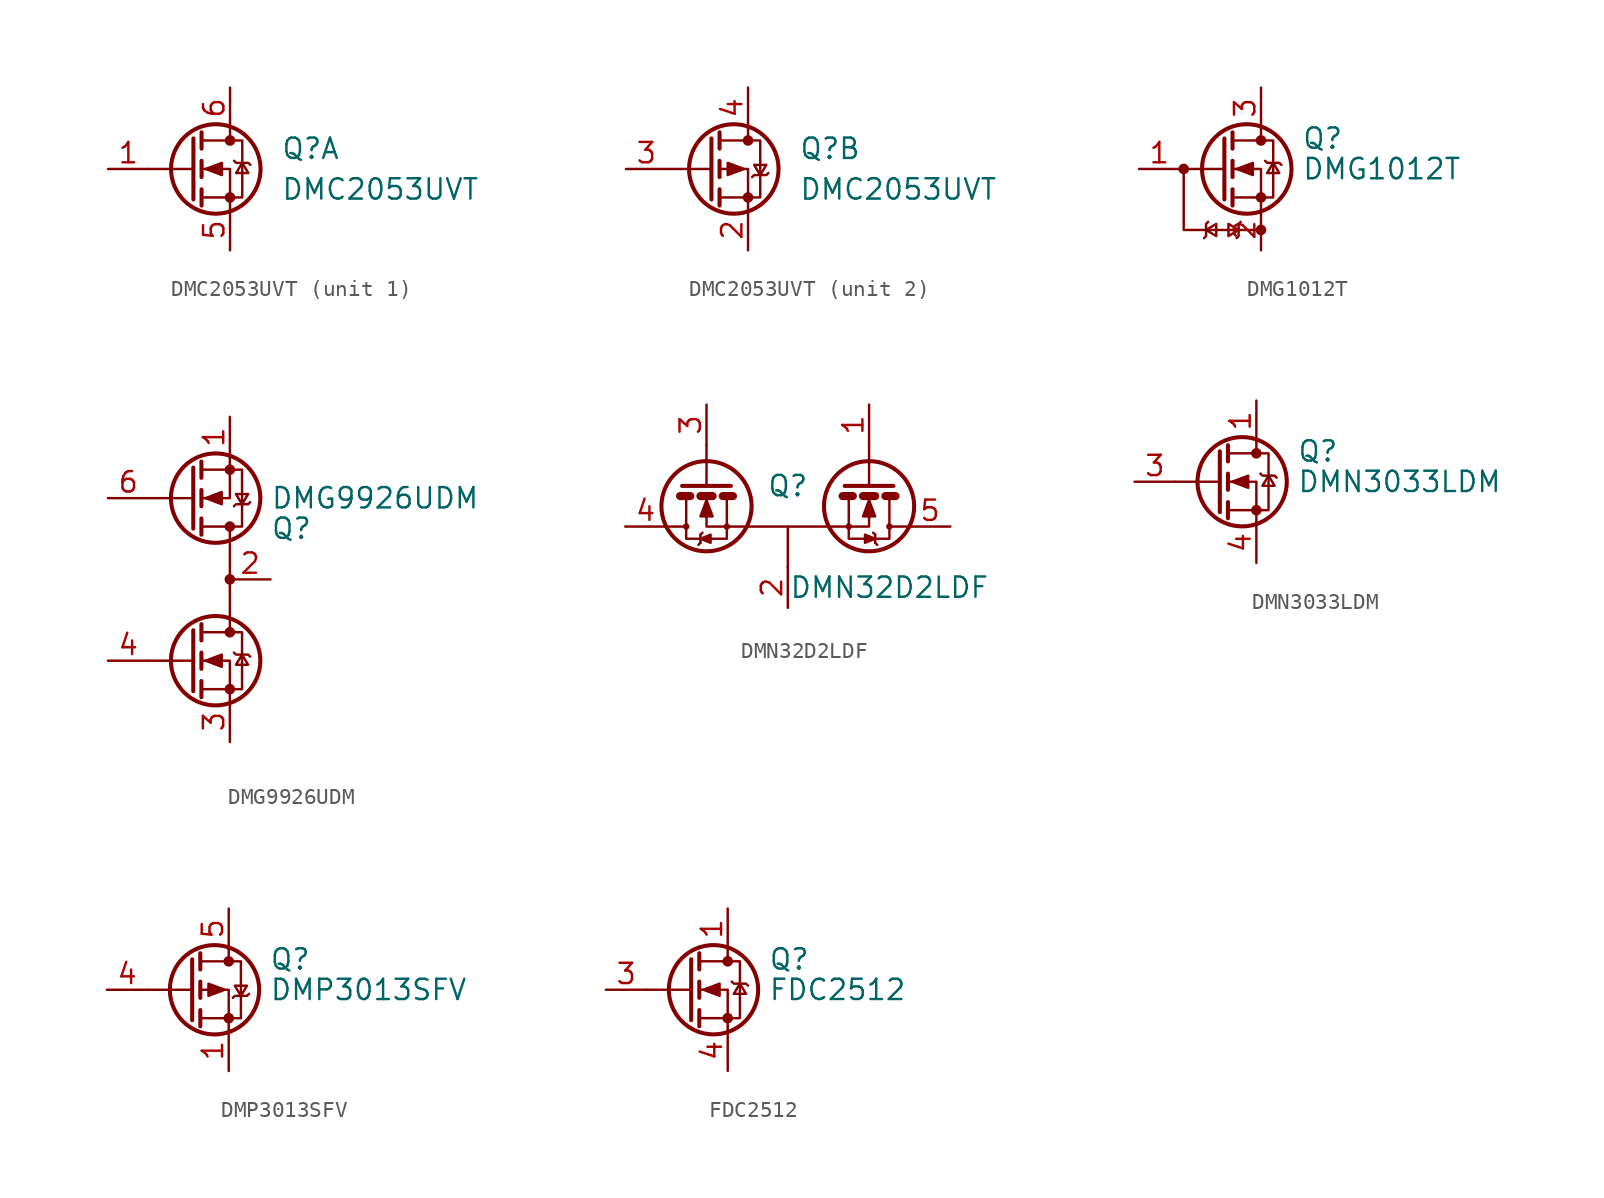
<source format=kicad_sym>
(kicad_symbol_lib
  (version 20210619)
  (generator kicad_symbol_editor)
  (symbol "Transistor_FET:DMC2053UVT"
    (pin_names hide)
    (property "Reference" "Q"
      (at 3.175 1.27 0)
      (effects (font (size 1.27 1.27)) (justify left)))
    (property "Value" "DMC2053UVT"
      (at 3.175 -1.27 0)
      (effects (font (size 1.27 1.27)) (justify left)))
    (symbol "DMC2053UVT_0_1"
      (circle (center -0.889 0) (radius 2.794) (stroke (width 0.254)) (fill (type none)))
      (circle (center 0 -1.778) (radius 0.254) (stroke (width 0)) (fill (type outline)))
      (circle (center 0 1.778) (radius 0.254) (stroke (width 0)) (fill (type outline)))
      (polyline (pts (xy -2.286 0) (xy -5.08 0)) (stroke (width 0)) (fill (type none)))
      (polyline (pts (xy -2.286 1.905) (xy -2.286 -1.905)) (stroke (width 0.254)) (fill (type none)))
      (polyline (pts (xy -1.778 -1.27) (xy -1.778 -2.286)) (stroke (width 0.254)) (fill (type none)))
      (polyline (pts (xy -1.778 0.508) (xy -1.778 -0.508)) (stroke (width 0.254)) (fill (type none)))
      (polyline (pts (xy -1.778 2.286) (xy -1.778 1.27)) (stroke (width 0.254)) (fill (type none)))
      (polyline (pts (xy 0 2.54) (xy 0 1.778)) (stroke (width 0)) (fill (type none)))
      (polyline (pts (xy 0 -2.54) (xy 0 0) (xy -1.778 0)) (stroke (width 0)) (fill (type none)))
      (polyline (pts (xy -1.778 -1.778) (xy 0.762 -1.778) (xy 0.762 1.778) (xy -1.778 1.778)) (stroke (width 0)) (fill (type none))))
    (symbol "DMC2053UVT_1_1"
      (polyline (pts (xy 0.254 0.508) (xy 0.381 0.381) (xy 1.143 0.381) (xy 1.27 0.254)) (stroke (width 0)) (fill (type none)))
      (polyline (pts (xy 0.762 0.381) (xy 0.381 -0.254) (xy 1.143 -0.254) (xy 0.762 0.381)) (stroke (width 0)) (fill (type none)))
      (polyline (pts (xy -1.524 0) (xy -0.508 0.381) (xy -0.508 -0.381) (xy -1.524 0)) (stroke (width 0)) (fill (type outline)))
      (pin passive line (at -7.62 0 0) (length 2.54) (name "G" (effects (font (size 1.27 1.27)))) (number "1" (effects (font (size 1.27 1.27)))))
      (pin passive line (at 0 -5.08 90) (length 2.54) (name "S" (effects (font (size 1.27 1.27)))) (number "5" (effects (font (size 1.27 1.27)))))
      (pin passive line (at 0 5.08 270) (length 2.54) (name "D" (effects (font (size 1.27 1.27)))) (number "6" (effects (font (size 1.27 1.27))))))
    (symbol "DMC2053UVT_2_1"
      (polyline (pts (xy 0.254 -0.508) (xy 0.381 -0.381) (xy 1.143 -0.381) (xy 1.27 -0.254)) (stroke (width 0)) (fill (type none)))
      (polyline (pts (xy 0.762 -0.381) (xy 0.381 0.254) (xy 1.143 0.254) (xy 0.762 -0.381)) (stroke (width 0)) (fill (type none)))
      (polyline (pts (xy -0.254 0) (xy -1.27 0.381) (xy -1.27 -0.381) (xy -0.254 0)) (stroke (width 0)) (fill (type outline)))
      (pin passive line (at 0 -5.08 90) (length 2.54) (name "S" (effects (font (size 1.27 1.27)))) (number "2" (effects (font (size 1.27 1.27)))))
      (pin passive line (at -7.62 0 0) (length 2.54) (name "G" (effects (font (size 1.27 1.27)))) (number "3" (effects (font (size 1.27 1.27)))))
      (pin passive line (at 0 5.08 270) (length 2.54) (name "D" (effects (font (size 1.27 1.27)))) (number "4" (effects (font (size 1.27 1.27)))))))
  (symbol "Transistor_FET:DMG1012T"
    (pin_names
      (offset 0) hide)
    (property "Reference" "Q"
      (at 5.08 1.905 0)
      (effects (font (size 1.27 1.27)) (justify left)))
    (property "Value" "DMG1012T"
      (at 5.08 0 0)
      (effects (font (size 1.27 1.27)) (justify left)))
    (symbol "DMG1012T_0_1"
      (polyline (pts (xy 2.54 -3.81) (xy -2.286 -3.81) (xy -2.286 0)) (stroke (width 0)) (fill (type none))))
    (symbol "DMG1012T_1_1"
      (circle (center 1.651 0) (radius 2.794) (stroke (width 0.254)) (fill (type none)))
      (circle (center -2.286 0) (radius 0.254) (stroke (width 0)) (fill (type outline)))
      (circle (center 2.54 -3.81) (radius 0.254) (stroke (width 0)) (fill (type outline)))
      (circle (center 2.54 -1.778) (radius 0.254) (stroke (width 0)) (fill (type outline)))
      (circle (center 2.54 1.778) (radius 0.254) (stroke (width 0)) (fill (type outline)))
      (polyline (pts (xy 0.254 0) (xy -2.54 0)) (stroke (width 0)) (fill (type none)))
      (polyline (pts (xy 0.254 1.905) (xy 0.254 -1.905)) (stroke (width 0.254)) (fill (type none)))
      (polyline (pts (xy 0.762 -1.27) (xy 0.762 -2.286)) (stroke (width 0.254)) (fill (type none)))
      (polyline (pts (xy 0.762 0.508) (xy 0.762 -0.508)) (stroke (width 0.254)) (fill (type none)))
      (polyline (pts (xy 0.762 2.286) (xy 0.762 1.27)) (stroke (width 0.254)) (fill (type none)))
      (polyline (pts (xy 2.54 2.54) (xy 2.54 1.778)) (stroke (width 0)) (fill (type none)))
      (polyline (pts (xy 2.54 -2.54) (xy 2.54 0) (xy 0.762 0)) (stroke (width 0)) (fill (type none)))
      (polyline (pts (xy -1.016 -4.318) (xy -0.889 -4.191) (xy -0.889 -3.429) (xy -0.762 -3.302)) (stroke (width 0)) (fill (type none)))
      (polyline (pts (xy -0.889 -3.81) (xy -0.254 -4.191) (xy -0.254 -3.429) (xy -0.889 -3.81)) (stroke (width 0)) (fill (type none)))
      (polyline (pts (xy 0.762 -1.778) (xy 3.302 -1.778) (xy 3.302 1.778) (xy 0.762 1.778)) (stroke (width 0)) (fill (type none)))
      (polyline (pts (xy 1.143 -3.81) (xy 0.508 -3.429) (xy 0.508 -4.191) (xy 1.143 -3.81)) (stroke (width 0)) (fill (type none)))
      (polyline (pts (xy 1.27 -3.302) (xy 1.143 -3.429) (xy 1.143 -4.191) (xy 1.016 -4.318)) (stroke (width 0)) (fill (type none)))
      (polyline (pts (xy 2.794 0.508) (xy 2.921 0.381) (xy 3.683 0.381) (xy 3.81 0.254)) (stroke (width 0)) (fill (type none)))
      (polyline (pts (xy 3.302 0.381) (xy 2.921 -0.254) (xy 3.683 -0.254) (xy 3.302 0.381)) (stroke (width 0)) (fill (type none)))
      (polyline (pts (xy 1.016 0) (xy 2.032 0.381) (xy 2.032 -0.381) (xy 1.016 0)) (stroke (width 0)) (fill (type outline)))
      (pin input line (at -5.08 0 0) (length 2.54) (name "G" (effects (font (size 1.27 1.27)))) (number "1" (effects (font (size 1.27 1.27)))))
      (pin passive line (at 2.54 -5.08 90) (length 2.54) (name "S" (effects (font (size 1.27 1.27)))) (number "2" (effects (font (size 1.27 1.27)))))
      (pin passive line (at 2.54 5.08 270) (length 2.54) (name "D" (effects (font (size 1.27 1.27)))) (number "3" (effects (font (size 1.27 1.27)))))))
  (symbol "Transistor_FET:DMG9926UDM"
    (pin_names hide)
    (property "Reference" "Q"
      (at 2.54 3.175 0)
      (effects (font (size 1.27 1.27)) (justify left)))
    (property "Value" "DMG9926UDM"
      (at 2.54 5.08 0)
      (effects (font (size 1.27 1.27)) (justify left)))
    (symbol "DMG9926UDM_0_1"
      (circle (center -0.889 5.08) (radius 2.794) (stroke (width 0.254)) (fill (type none)))
      (circle (center 0 3.302) (radius 0.254) (stroke (width 0)) (fill (type outline)))
      (circle (center 0 6.858) (radius 0.254) (stroke (width 0)) (fill (type outline)))
      (polyline (pts (xy -2.286 3.175) (xy -2.286 6.985)) (stroke (width 0.254)) (fill (type none)))
      (polyline (pts (xy -2.286 5.08) (xy -5.08 5.08)) (stroke (width 0)) (fill (type none)))
      (polyline (pts (xy -1.778 2.794) (xy -1.778 3.81)) (stroke (width 0.254)) (fill (type none)))
      (polyline (pts (xy -1.778 4.572) (xy -1.778 5.588)) (stroke (width 0.254)) (fill (type none)))
      (polyline (pts (xy -1.778 6.35) (xy -1.778 7.366)) (stroke (width 0.254)) (fill (type none)))
      (polyline (pts (xy 0 -3.302) (xy 0 3.302)) (stroke (width 0)) (fill (type none)))
      (polyline (pts (xy 0 7.62) (xy 0 5.08) (xy -1.778 5.08)) (stroke (width 0)) (fill (type none)))
      (polyline (pts (xy -1.778 6.858) (xy 0.762 6.858) (xy 0.762 3.302) (xy -1.778 3.302)) (stroke (width 0)) (fill (type none)))
      (polyline (pts (xy 0.254 4.572) (xy 0.381 4.699) (xy 1.143 4.699) (xy 1.27 4.826)) (stroke (width 0)) (fill (type none)))
      (polyline (pts (xy 0.762 4.699) (xy 0.381 5.334) (xy 1.143 5.334) (xy 0.762 4.699)) (stroke (width 0)) (fill (type none)))
      (polyline (pts (xy -1.524 5.08) (xy -0.508 4.699) (xy -0.508 5.461) (xy -1.524 5.08)) (stroke (width 0)) (fill (type outline))))
    (symbol "DMG9926UDM_1_1"
      (circle (center -0.889 -5.08) (radius 2.794) (stroke (width 0.254)) (fill (type none)))
      (circle (center 0 -6.858) (radius 0.254) (stroke (width 0)) (fill (type outline)))
      (circle (center 0 -3.302) (radius 0.254) (stroke (width 0)) (fill (type outline)))
      (circle (center 0 0) (radius 0.254) (stroke (width 0)) (fill (type outline)))
      (polyline (pts (xy -2.286 -5.08) (xy -5.08 -5.08)) (stroke (width 0)) (fill (type none)))
      (polyline (pts (xy -2.286 -3.175) (xy -2.286 -6.985)) (stroke (width 0.254)) (fill (type none)))
      (polyline (pts (xy -1.778 -6.35) (xy -1.778 -7.366)) (stroke (width 0.254)) (fill (type none)))
      (polyline (pts (xy -1.778 -4.572) (xy -1.778 -5.588)) (stroke (width 0.254)) (fill (type none)))
      (polyline (pts (xy -1.778 -2.794) (xy -1.778 -3.81)) (stroke (width 0.254)) (fill (type none)))
      (polyline (pts (xy 0 -7.62) (xy 0 -5.08) (xy -1.778 -5.08)) (stroke (width 0)) (fill (type none)))
      (polyline (pts (xy -1.778 -6.858) (xy 0.762 -6.858) (xy 0.762 -3.302) (xy -1.778 -3.302)) (stroke (width 0)) (fill (type none)))
      (polyline (pts (xy 0.254 -4.572) (xy 0.381 -4.699) (xy 1.143 -4.699) (xy 1.27 -4.826)) (stroke (width 0)) (fill (type none)))
      (polyline (pts (xy 0.762 -4.699) (xy 0.381 -5.334) (xy 1.143 -5.334) (xy 0.762 -4.699)) (stroke (width 0)) (fill (type none)))
      (polyline (pts (xy -1.524 -5.08) (xy -0.508 -4.699) (xy -0.508 -5.461) (xy -1.524 -5.08)) (stroke (width 0)) (fill (type outline)))
      (pin passive line (at 0 10.16 270) (length 2.54) (name "D1" (effects (font (size 1.27 1.27)))) (number "1" (effects (font (size 1.27 1.27)))))
      (pin passive line (at 2.54 0 180) (length 2.54) (name "S1/D2" (effects (font (size 1.27 1.27)))) (number "2" (effects (font (size 1.27 1.27)))))
      (pin passive line (at 0 -10.16 90) (length 2.54) (name "S2" (effects (font (size 1.27 1.27)))) (number "3" (effects (font (size 1.27 1.27)))))
      (pin input line (at -7.62 -5.08 0) (length 2.54) (name "G2" (effects (font (size 1.27 1.27)))) (number "4" (effects (font (size 1.27 1.27)))))
      (pin passive line (at 2.54 0 180) (length 2.54) hide (name "S1/D2" (effects (font (size 1.27 1.27)))) (number "5" (effects (font (size 1.27 1.27)))))
      (pin input line (at -7.62 5.08 0) (length 2.54) (name "G1" (effects (font (size 1.27 1.27)))) (number "6" (effects (font (size 1.27 1.27)))))))
  (symbol "Transistor_FET:DMN32D2LDF"
    (pin_names hide)
    (property "Reference" "Q"
      (at 0 2.54 0)
      (effects (font (size 1.27 1.27))))
    (property "Value" "DMN32D2LDF"
      (at 6.35 -3.81 0)
      (effects (font (size 1.27 1.27))))
    (symbol "DMN32D2LDF_0_1"
      (polyline (pts (xy -2.54 0) (xy 2.54 0)) (stroke (width 0)) (fill (type none)))
      (polyline (pts (xy 0 -2.54) (xy 0 0)) (stroke (width 0)) (fill (type none))))
    (symbol "DMN32D2LDF_1_1"
      (circle (center -6.35 0) (radius 0.127) (stroke (width 0)) (fill (type none)))
      (circle (center -5.08 1.27) (radius 2.819) (stroke (width 0.254)) (fill (type none)))
      (circle (center -3.81 0) (radius 0.127) (stroke (width 0)) (fill (type none)))
      (circle (center 3.81 0) (radius 0.127) (stroke (width 0)) (fill (type none)))
      (circle (center 5.08 1.27) (radius 2.819) (stroke (width 0.254)) (fill (type none)))
      (circle (center 6.35 0) (radius 0.127) (stroke (width 0)) (fill (type none)))
      (polyline (pts (xy -6.731 1.905) (xy -6.096 1.905)) (stroke (width 0.508)) (fill (type none)))
      (polyline (pts (xy -5.461 -1.016) (xy -5.588 -1.143)) (stroke (width 0)) (fill (type none)))
      (polyline (pts (xy -5.461 -0.508) (xy -5.461 -1.016)) (stroke (width 0)) (fill (type none)))
      (polyline (pts (xy -5.461 -0.508) (xy -5.334 -0.381)) (stroke (width 0)) (fill (type none)))
      (polyline (pts (xy -5.461 1.905) (xy -4.699 1.905)) (stroke (width 0.508)) (fill (type none)))
      (polyline (pts (xy -5.08 2.54) (xy -5.08 5.08)) (stroke (width 0)) (fill (type none)))
      (polyline (pts (xy -4.064 1.905) (xy -3.429 1.905)) (stroke (width 0.508)) (fill (type none)))
      (polyline (pts (xy 4.064 1.905) (xy 3.429 1.905)) (stroke (width 0.508)) (fill (type none)))
      (polyline (pts (xy 5.08 2.54) (xy 5.08 5.08)) (stroke (width 0)) (fill (type none)))
      (polyline (pts (xy 5.461 -1.016) (xy 5.588 -1.143)) (stroke (width 0)) (fill (type none)))
      (polyline (pts (xy 5.461 -0.508) (xy 5.334 -0.381)) (stroke (width 0)) (fill (type none)))
      (polyline (pts (xy 5.461 -0.508) (xy 5.461 -1.016)) (stroke (width 0)) (fill (type none)))
      (polyline (pts (xy 5.461 1.905) (xy 4.699 1.905)) (stroke (width 0.508)) (fill (type none)))
      (polyline (pts (xy 6.731 1.905) (xy 6.096 1.905)) (stroke (width 0.508)) (fill (type none)))
      (polyline (pts (xy -6.604 2.54) (xy -3.556 2.54) (xy -3.556 2.54)) (stroke (width 0.254)) (fill (type none)))
      (polyline (pts (xy 6.604 2.54) (xy 3.556 2.54) (xy 3.556 2.54)) (stroke (width 0.254)) (fill (type none)))
      (polyline (pts (xy -6.35 0) (xy -6.35 -0.762) (xy -3.81 -0.762) (xy -3.81 0)) (stroke (width 0)) (fill (type none)))
      (polyline (pts (xy -6.35 1.778) (xy -6.35 0) (xy -7.62 0) (xy -7.62 0)) (stroke (width 0)) (fill (type none)))
      (polyline (pts (xy -3.81 1.778) (xy -3.81 0) (xy -2.54 0) (xy -2.54 0)) (stroke (width 0)) (fill (type none)))
      (polyline (pts (xy 3.81 1.778) (xy 3.81 0) (xy 2.54 0) (xy 2.54 0)) (stroke (width 0)) (fill (type none)))
      (polyline (pts (xy 6.35 0) (xy 6.35 -0.762) (xy 3.81 -0.762) (xy 3.81 0)) (stroke (width 0)) (fill (type none)))
      (polyline (pts (xy 6.35 1.778) (xy 6.35 0) (xy 7.62 0) (xy 7.62 0)) (stroke (width 0)) (fill (type none)))
      (polyline (pts (xy -5.08 1.778) (xy -5.08 1.27) (xy -5.08 0) (xy -3.81 0) (xy -3.81 0)) (stroke (width 0)) (fill (type none)))
      (polyline (pts (xy 5.08 1.778) (xy 5.08 1.27) (xy 5.08 0) (xy 3.81 0) (xy 3.81 0)) (stroke (width 0)) (fill (type none)))
      (polyline (pts (xy -5.461 -0.762) (xy -4.826 -0.508) (xy -4.826 -1.016) (xy -5.461 -0.762)) (stroke (width 0)) (fill (type outline)))
      (polyline (pts (xy 5.461 -0.762) (xy 4.826 -0.508) (xy 4.826 -1.016) (xy 5.461 -0.762)) (stroke (width 0)) (fill (type outline)))
      (polyline (pts (xy -5.08 1.651) (xy -5.461 0.635) (xy -4.699 0.635) (xy -5.08 1.651) (xy -5.08 1.524) (xy -5.08 1.524)) (stroke (width 0)) (fill (type outline)))
      (polyline (pts (xy 5.08 1.651) (xy 5.461 0.635) (xy 4.699 0.635) (xy 5.08 1.651) (xy 5.08 1.524) (xy 5.08 1.524)) (stroke (width 0)) (fill (type outline)))
      (pin input line (at 5.08 7.62 270) (length 2.54) (name "G1" (effects (font (size 1.27 1.27)))) (number "1" (effects (font (size 1.27 1.27)))))
      (pin passive line (at 0 -5.08 90) (length 2.54) (name "S" (effects (font (size 1.27 1.27)))) (number "2" (effects (font (size 1.27 1.27)))))
      (pin input line (at -5.08 7.62 270) (length 2.54) (name "G2" (effects (font (size 1.27 1.27)))) (number "3" (effects (font (size 1.27 1.27)))))
      (pin passive line (at -10.16 0 0) (length 2.54) (name "D2" (effects (font (size 1.27 1.27)))) (number "4" (effects (font (size 1.27 1.27)))))
      (pin passive line (at 10.16 0 180) (length 2.54) (name "D1" (effects (font (size 1.27 1.27)))) (number "5" (effects (font (size 1.27 1.27)))))))
  (symbol "Transistor_FET:DMN3033LDM"
    (pin_names hide)
    (property "Reference" "Q"
      (at 5.08 1.905 0)
      (effects (font (size 1.27 1.27)) (justify left)))
    (property "Value" "DMN3033LDM"
      (at 5.08 0 0)
      (effects (font (size 1.27 1.27)) (justify left)))
    (symbol "DMN3033LDM_0_1"
      (circle (center 1.651 0) (radius 2.794) (stroke (width 0.254)) (fill (type none)))
      (circle (center 2.54 -1.778) (radius 0.254) (stroke (width 0)) (fill (type outline)))
      (circle (center 2.54 1.778) (radius 0.254) (stroke (width 0)) (fill (type outline)))
      (polyline (pts (xy 0.254 0) (xy -2.54 0)) (stroke (width 0)) (fill (type none)))
      (polyline (pts (xy 0.254 1.905) (xy 0.254 -1.905)) (stroke (width 0.254)) (fill (type none)))
      (polyline (pts (xy 0.762 -1.27) (xy 0.762 -2.286)) (stroke (width 0.254)) (fill (type none)))
      (polyline (pts (xy 0.762 0.508) (xy 0.762 -0.508)) (stroke (width 0.254)) (fill (type none)))
      (polyline (pts (xy 0.762 2.286) (xy 0.762 1.27)) (stroke (width 0.254)) (fill (type none)))
      (polyline (pts (xy 2.54 2.54) (xy 2.54 1.778)) (stroke (width 0)) (fill (type none)))
      (polyline (pts (xy 2.54 -2.54) (xy 2.54 0) (xy 0.762 0)) (stroke (width 0)) (fill (type none)))
      (polyline (pts (xy 0.762 -1.778) (xy 3.302 -1.778) (xy 3.302 1.778) (xy 0.762 1.778)) (stroke (width 0)) (fill (type none)))
      (polyline (pts (xy 2.794 0.508) (xy 2.921 0.381) (xy 3.683 0.381) (xy 3.81 0.254)) (stroke (width 0)) (fill (type none)))
      (polyline (pts (xy 3.302 0.381) (xy 2.921 -0.254) (xy 3.683 -0.254) (xy 3.302 0.381)) (stroke (width 0)) (fill (type none)))
      (polyline (pts (xy 1.016 0) (xy 2.032 0.381) (xy 2.032 -0.381) (xy 1.016 0)) (stroke (width 0)) (fill (type outline))))
    (symbol "DMN3033LDM_1_1"
      (pin passive line (at 2.54 5.08 270) (length 2.54) (name "D" (effects (font (size 1.27 1.27)))) (number "1" (effects (font (size 1.27 1.27)))))
      (pin passive line (at 2.54 5.08 270) (length 2.54) hide (name "D" (effects (font (size 1.27 1.27)))) (number "2" (effects (font (size 1.27 1.27)))))
      (pin input line (at -5.08 0 0) (length 2.54) (name "G" (effects (font (size 1.27 1.27)))) (number "3" (effects (font (size 1.27 1.27)))))
      (pin passive line (at 2.54 -5.08 90) (length 2.54) (name "S" (effects (font (size 1.27 1.27)))) (number "4" (effects (font (size 1.27 1.27)))))
      (pin passive line (at 2.54 5.08 270) (length 2.54) hide (name "D" (effects (font (size 1.27 1.27)))) (number "5" (effects (font (size 1.27 1.27)))))
      (pin passive line (at 2.54 5.08 270) (length 2.54) hide (name "D" (effects (font (size 1.27 1.27)))) (number "6" (effects (font (size 1.27 1.27)))))))
  (symbol "Transistor_FET:DMP3013SFV"
    (pin_names hide)
    (property "Reference" "Q"
      (at 5.08 1.905 0)
      (effects (font (size 1.27 1.27)) (justify left)))
    (property "Value" "DMP3013SFV"
      (at 5.08 0 0)
      (effects (font (size 1.27 1.27)) (justify left)))
    (symbol "DMP3013SFV_0_1"
      (circle (center 1.651 0) (radius 2.794) (stroke (width 0.254)) (fill (type none)))
      (circle (center 2.54 -1.778) (radius 0.254) (stroke (width 0)) (fill (type outline)))
      (circle (center 2.54 1.778) (radius 0.254) (stroke (width 0)) (fill (type outline)))
      (polyline (pts (xy 0.254 0) (xy -2.54 0)) (stroke (width 0)) (fill (type none)))
      (polyline (pts (xy 0.254 1.905) (xy 0.254 -1.905)) (stroke (width 0.254)) (fill (type none)))
      (polyline (pts (xy 0.762 -1.27) (xy 0.762 -2.286)) (stroke (width 0.254)) (fill (type none)))
      (polyline (pts (xy 0.762 0.508) (xy 0.762 -0.508)) (stroke (width 0.254)) (fill (type none)))
      (polyline (pts (xy 0.762 2.286) (xy 0.762 1.27)) (stroke (width 0.254)) (fill (type none)))
      (polyline (pts (xy 2.54 2.54) (xy 2.54 1.778)) (stroke (width 0)) (fill (type none)))
      (polyline (pts (xy 2.54 -2.54) (xy 2.54 0) (xy 0.762 0)) (stroke (width 0)) (fill (type none)))
      (polyline (pts (xy 0.762 1.778) (xy 3.302 1.778) (xy 3.302 -1.778) (xy 0.762 -1.778)) (stroke (width 0)) (fill (type none)))
      (polyline (pts (xy 2.794 -0.508) (xy 2.921 -0.381) (xy 3.683 -0.381) (xy 3.81 -0.254)) (stroke (width 0)) (fill (type none)))
      (polyline (pts (xy 3.302 -0.381) (xy 2.921 0.254) (xy 3.683 0.254) (xy 3.302 -0.381)) (stroke (width 0)) (fill (type none)))
      (polyline (pts (xy 2.286 0) (xy 1.27 0.381) (xy 1.27 -0.381) (xy 2.286 0)) (stroke (width 0)) (fill (type outline))))
    (symbol "DMP3013SFV_1_1"
      (pin passive line (at 2.54 -5.08 90) (length 2.54) (name "S" (effects (font (size 1.27 1.27)))) (number "1" (effects (font (size 1.27 1.27)))))
      (pin passive line (at 2.54 -5.08 90) (length 2.54) hide (name "S" (effects (font (size 1.27 1.27)))) (number "2" (effects (font (size 1.27 1.27)))))
      (pin passive line (at 2.54 -5.08 90) (length 2.54) hide (name "S" (effects (font (size 1.27 1.27)))) (number "3" (effects (font (size 1.27 1.27)))))
      (pin passive line (at -5.08 0 0) (length 2.54) (name "G" (effects (font (size 1.27 1.27)))) (number "4" (effects (font (size 1.27 1.27)))))
      (pin passive line (at 2.54 5.08 270) (length 2.54) (name "D" (effects (font (size 1.27 1.27)))) (number "5" (effects (font (size 1.27 1.27)))))))
  (symbol "Transistor_FET:FDC2512"
    (pin_names hide)
    (property "Reference" "Q"
      (at 5.08 1.905 0)
      (effects (font (size 1.27 1.27)) (justify left)))
    (property "Value" "FDC2512"
      (at 5.08 0 0)
      (effects (font (size 1.27 1.27)) (justify left)))
    (symbol "FDC2512_0_1"
      (circle (center 1.651 0) (radius 2.794) (stroke (width 0.254)) (fill (type none)))
      (circle (center 2.54 -1.778) (radius 0.254) (stroke (width 0)) (fill (type outline)))
      (circle (center 2.54 1.778) (radius 0.254) (stroke (width 0)) (fill (type outline)))
      (polyline (pts (xy 0.254 0) (xy -2.54 0)) (stroke (width 0)) (fill (type none)))
      (polyline (pts (xy 0.254 1.905) (xy 0.254 -1.905)) (stroke (width 0.254)) (fill (type none)))
      (polyline (pts (xy 0.762 -1.27) (xy 0.762 -2.286)) (stroke (width 0.254)) (fill (type none)))
      (polyline (pts (xy 0.762 0.508) (xy 0.762 -0.508)) (stroke (width 0.254)) (fill (type none)))
      (polyline (pts (xy 0.762 2.286) (xy 0.762 1.27)) (stroke (width 0.254)) (fill (type none)))
      (polyline (pts (xy 2.54 2.54) (xy 2.54 1.778)) (stroke (width 0)) (fill (type none)))
      (polyline (pts (xy 2.54 -2.54) (xy 2.54 0) (xy 0.762 0)) (stroke (width 0)) (fill (type none)))
      (polyline (pts (xy 0.762 -1.778) (xy 3.302 -1.778) (xy 3.302 1.778) (xy 0.762 1.778)) (stroke (width 0)) (fill (type none)))
      (polyline (pts (xy 2.794 0.508) (xy 2.921 0.381) (xy 3.683 0.381) (xy 3.81 0.254)) (stroke (width 0)) (fill (type none)))
      (polyline (pts (xy 3.302 0.381) (xy 2.921 -0.254) (xy 3.683 -0.254) (xy 3.302 0.381)) (stroke (width 0)) (fill (type none)))
      (polyline (pts (xy 1.016 0) (xy 2.032 0.381) (xy 2.032 -0.381) (xy 1.016 0)) (stroke (width 0)) (fill (type outline))))
    (symbol "FDC2512_1_1"
      (pin passive line (at 2.54 5.08 270) (length 2.54) (name "D" (effects (font (size 1.27 1.27)))) (number "1" (effects (font (size 1.27 1.27)))))
      (pin passive line (at 2.54 5.08 270) (length 2.54) hide (name "D" (effects (font (size 1.27 1.27)))) (number "2" (effects (font (size 1.27 1.27)))))
      (pin passive line (at -5.08 0 0) (length 2.54) (name "G" (effects (font (size 1.27 1.27)))) (number "3" (effects (font (size 1.27 1.27)))))
      (pin passive line (at 2.54 -5.08 90) (length 2.54) (name "S" (effects (font (size 1.27 1.27)))) (number "4" (effects (font (size 1.27 1.27)))))
      (pin passive line (at 2.54 5.08 270) (length 2.54) hide (name "D" (effects (font (size 1.27 1.27)))) (number "5" (effects (font (size 1.27 1.27)))))
      (pin passive line (at 2.54 5.08 270) (length 2.54) hide (name "D" (effects (font (size 1.27 1.27)))) (number "6" (effects (font (size 1.27 1.27))))))))
</source>
